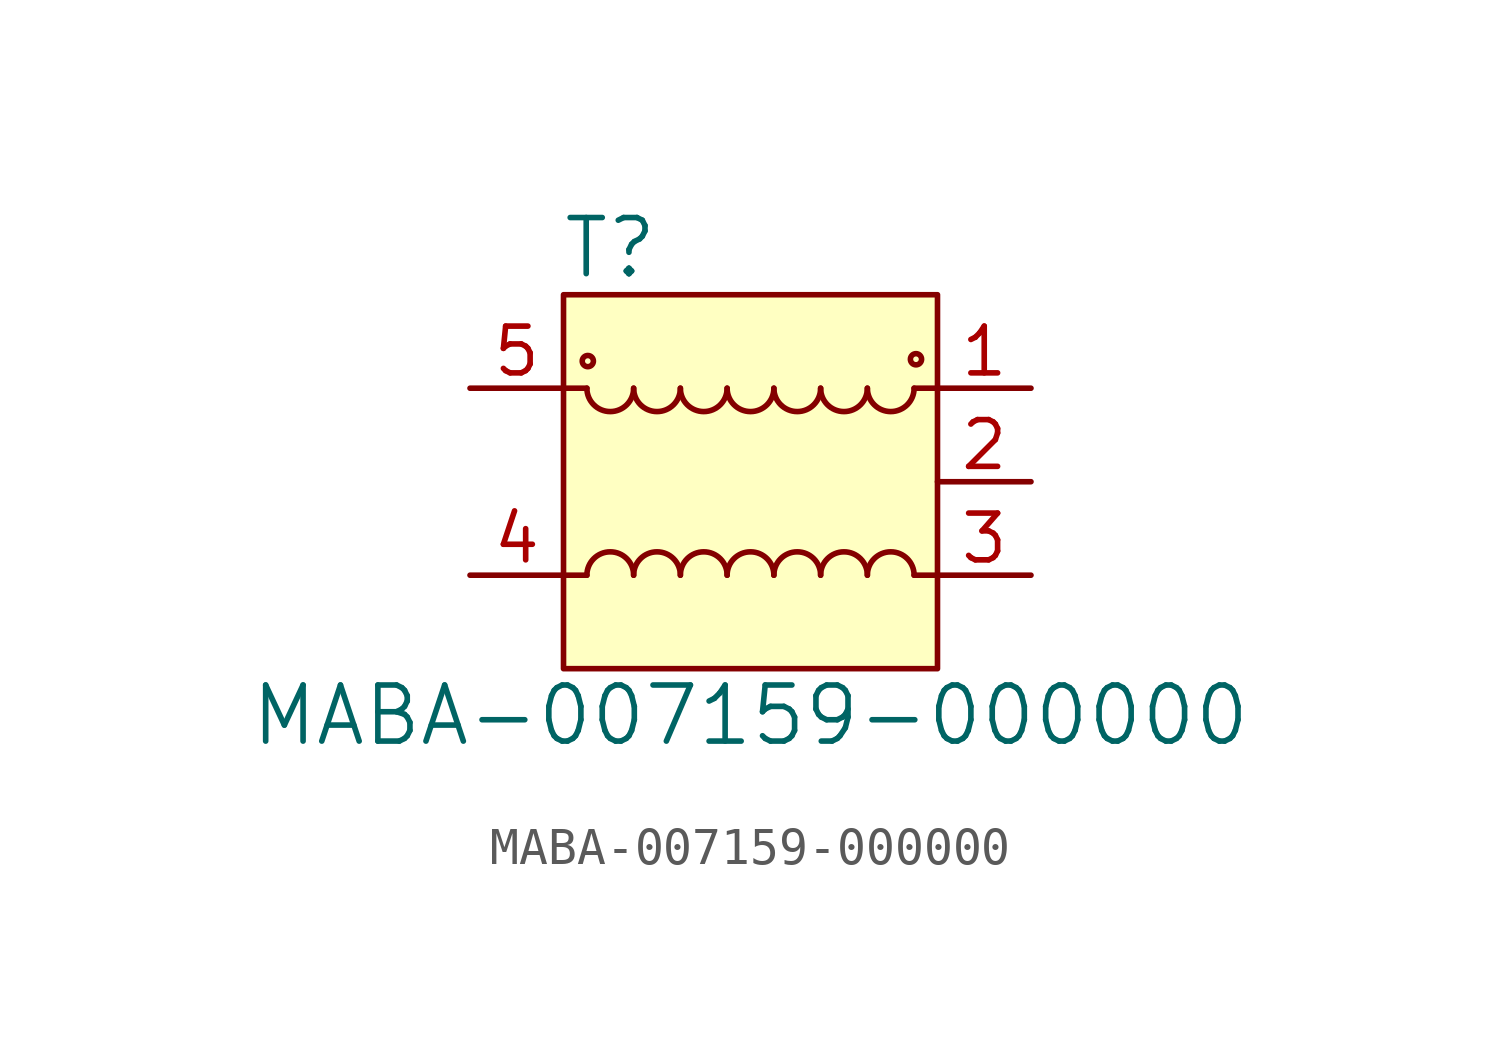
<source format=kicad_sym>
(kicad_symbol_lib
  (version 20220914)
  (generator kicad_symbol_editor)
  (symbol "MABA-007159-000000"
    (pin_names
      (offset 1.016))
    (property "Reference" "T"
      (at -3.81 6.35 0)
      (effects (font (size 1.524 1.524))))
    (property "Value" "MABA-007159-000000"
      (at 0 -6.35 0)
      (effects (font (size 1.524 1.524))))
    (symbol "MABA-007159-000000_0_1"
      (rectangle (start -5.08 5.08) (end 5.08 -5.08) (stroke (width 0) (type solid)) (fill (type background)))
      (arc (start -4.445 2.54) (mid -3.81 1.9077) (end -3.175 2.54) (stroke (width 0) (type solid)) (fill (type none)))
      (circle (center -4.42 3.277) (radius 0.076) (stroke (width 0) (type solid)) (fill (type none)))
      (arc (start -3.175 -2.54) (mid -3.81 -1.9077) (end -4.445 -2.54) (stroke (width 0) (type solid)) (fill (type none)))
      (arc (start -3.175 2.54) (mid -2.54 1.9077) (end -1.905 2.54) (stroke (width 0) (type solid)) (fill (type none)))
      (arc (start -1.905 -2.54) (mid -2.54 -1.9077) (end -3.175 -2.54) (stroke (width 0) (type solid)) (fill (type none)))
      (arc (start -1.905 2.54) (mid -1.27 1.9077) (end -0.635 2.54) (stroke (width 0) (type solid)) (fill (type none)))
      (arc (start -0.635 -2.54) (mid -1.27 -1.9077) (end -1.905 -2.54) (stroke (width 0) (type solid)) (fill (type none)))
      (arc (start -0.635 2.54) (mid 0 1.9077) (end 0.635 2.54) (stroke (width 0) (type solid)) (fill (type none)))
      (polyline (pts (xy -5.08 -2.54) (xy -4.445 -2.54)) (stroke (width 0) (type solid)) (fill (type none)))
      (polyline (pts (xy -4.445 2.54) (xy -5.08 2.54)) (stroke (width 0) (type solid)) (fill (type none)))
      (polyline (pts (xy 4.445 2.54) (xy 5.08 2.54)) (stroke (width 0) (type solid)) (fill (type none)))
      (polyline (pts (xy 5.08 -2.54) (xy 4.445 -2.54)) (stroke (width 0) (type solid)) (fill (type none)))
      (arc (start 0.635 -2.54) (mid 0 -1.9077) (end -0.635 -2.54) (stroke (width 0) (type solid)) (fill (type none)))
      (arc (start 0.635 2.54) (mid 1.27 1.9077) (end 1.905 2.54) (stroke (width 0) (type solid)) (fill (type none)))
      (arc (start 1.905 -2.54) (mid 1.27 -1.9077) (end 0.635 -2.54) (stroke (width 0) (type solid)) (fill (type none)))
      (arc (start 1.905 2.54) (mid 2.54 1.9077) (end 3.175 2.54) (stroke (width 0) (type solid)) (fill (type none)))
      (arc (start 3.175 -2.54) (mid 2.54 -1.9077) (end 1.905 -2.54) (stroke (width 0) (type solid)) (fill (type none)))
      (arc (start 3.175 2.54) (mid 3.81 1.9077) (end 4.445 2.54) (stroke (width 0) (type solid)) (fill (type none)))
      (arc (start 4.445 -2.54) (mid 3.81 -1.9077) (end 3.175 -2.54) (stroke (width 0) (type solid)) (fill (type none)))
      (circle (center 4.496 3.327) (radius 0.076) (stroke (width 0) (type solid)) (fill (type none))))
    (symbol "MABA-007159-000000_1_0"
      (pin unspecified line (at 7.62 0 180) (length 2.54) (name "~" (effects (font (size 1.27 1.27)))) (number "2" (effects (font (size 1.27 1.27))))))
    (symbol "MABA-007159-000000_1_1"
      (pin passive line (at 7.62 2.54 180) (length 2.54) (name "~" (effects (font (size 1.27 1.27)))) (number "1" (effects (font (size 1.27 1.27)))))
      (pin passive line (at 7.62 -2.54 180) (length 2.54) (name "~" (effects (font (size 1.27 1.27)))) (number "3" (effects (font (size 1.27 1.27)))))
      (pin passive line (at -7.62 -2.54 0) (length 2.54) (name "~" (effects (font (size 1.27 1.27)))) (number "4" (effects (font (size 1.27 1.27)))))
      (pin passive line (at -7.62 2.54 0) (length 2.54) (name "~" (effects (font (size 1.27 1.27)))) (number "5" (effects (font (size 1.27 1.27))))))))
</source>
